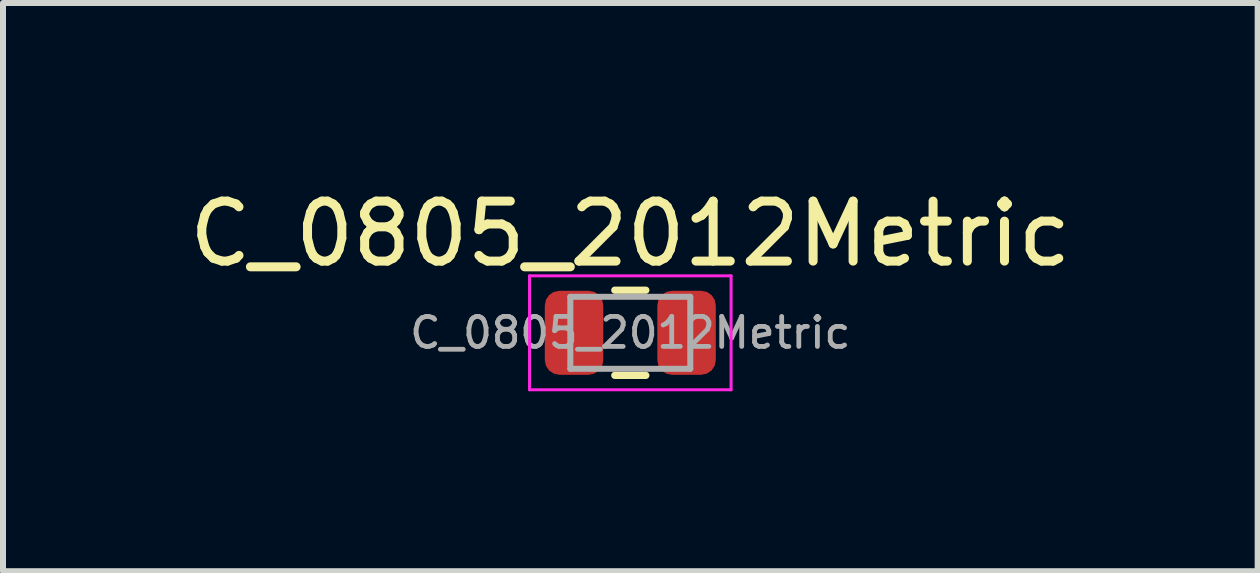
<source format=kicad_pcb>
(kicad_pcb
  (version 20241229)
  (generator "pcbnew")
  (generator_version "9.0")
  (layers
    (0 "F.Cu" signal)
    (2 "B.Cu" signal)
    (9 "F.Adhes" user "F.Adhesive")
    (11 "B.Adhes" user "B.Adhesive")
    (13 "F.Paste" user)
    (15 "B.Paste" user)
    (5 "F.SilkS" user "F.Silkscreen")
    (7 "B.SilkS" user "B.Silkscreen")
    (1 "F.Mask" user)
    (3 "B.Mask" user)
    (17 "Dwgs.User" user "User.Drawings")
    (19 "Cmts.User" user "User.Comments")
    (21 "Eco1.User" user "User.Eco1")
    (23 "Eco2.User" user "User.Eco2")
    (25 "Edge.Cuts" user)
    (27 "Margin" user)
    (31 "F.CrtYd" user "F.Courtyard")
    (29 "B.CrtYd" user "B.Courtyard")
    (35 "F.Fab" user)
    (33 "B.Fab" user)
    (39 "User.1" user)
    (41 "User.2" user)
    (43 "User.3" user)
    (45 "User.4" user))
  (footprint "C_0805_2012Metric"
    (layer "F.Cu")
    (at 7.458 2.498)
    (property "Reference" "C_0805_2012Metric" (at 0 -1.65 0) (layer "F.SilkS") (effects (font (size 1 1) (thickness 0.15))))
    (attr smd)
    (fp_line (start -0.259 -0.71) (end 0.259 -0.71) (stroke (width 0.12) (type solid)) (layer "F.SilkS"))
    (fp_line (start -0.259 0.71) (end 0.259 0.71) (stroke (width 0.12) (type solid)) (layer "F.SilkS"))
    (fp_line (start -1.68 -0.95) (end 1.68 -0.95) (stroke (width 0.05) (type solid)) (layer "F.CrtYd"))
    (fp_line (start -1.68 0.95) (end -1.68 -0.95) (stroke (width 0.05) (type solid)) (layer "F.CrtYd"))
    (fp_line (start 1.68 -0.95) (end 1.68 0.95) (stroke (width 0.05) (type solid)) (layer "F.CrtYd"))
    (fp_line (start 1.68 0.95) (end -1.68 0.95) (stroke (width 0.05) (type solid)) (layer "F.CrtYd"))
    (fp_line (start -1 -0.6) (end 1 -0.6) (stroke (width 0.1) (type solid)) (layer "F.Fab"))
    (fp_line (start -1 0.6) (end -1 -0.6) (stroke (width 0.1) (type solid)) (layer "F.Fab"))
    (fp_line (start 1 -0.6) (end 1 0.6) (stroke (width 0.1) (type solid)) (layer "F.Fab"))
    (fp_line (start 1 0.6) (end -1 0.6) (stroke (width 0.1) (type solid)) (layer "F.Fab"))
    (fp_text user "${REFERENCE}" (at 0 0 0) (layer "F.Fab") (effects (font (size 0.5 0.5) (thickness 0.08))))
    (pad "1" smd roundrect (at -0.938 0) (size 0.975 1.4) (layers "F.Cu" "F.Mask" "F.Paste") (roundrect_rratio 0.25))
    (pad "2" smd roundrect (at 0.938 0) (size 0.975 1.4) (layers "F.Cu" "F.Mask" "F.Paste") (roundrect_rratio 0.25)))
  (gr_rect
    (start -3 -3)
    (end 17.917 6.473)
    (stroke (width 0.1) (type default))
    (fill no)
    (layer "Edge.Cuts")))
</source>
